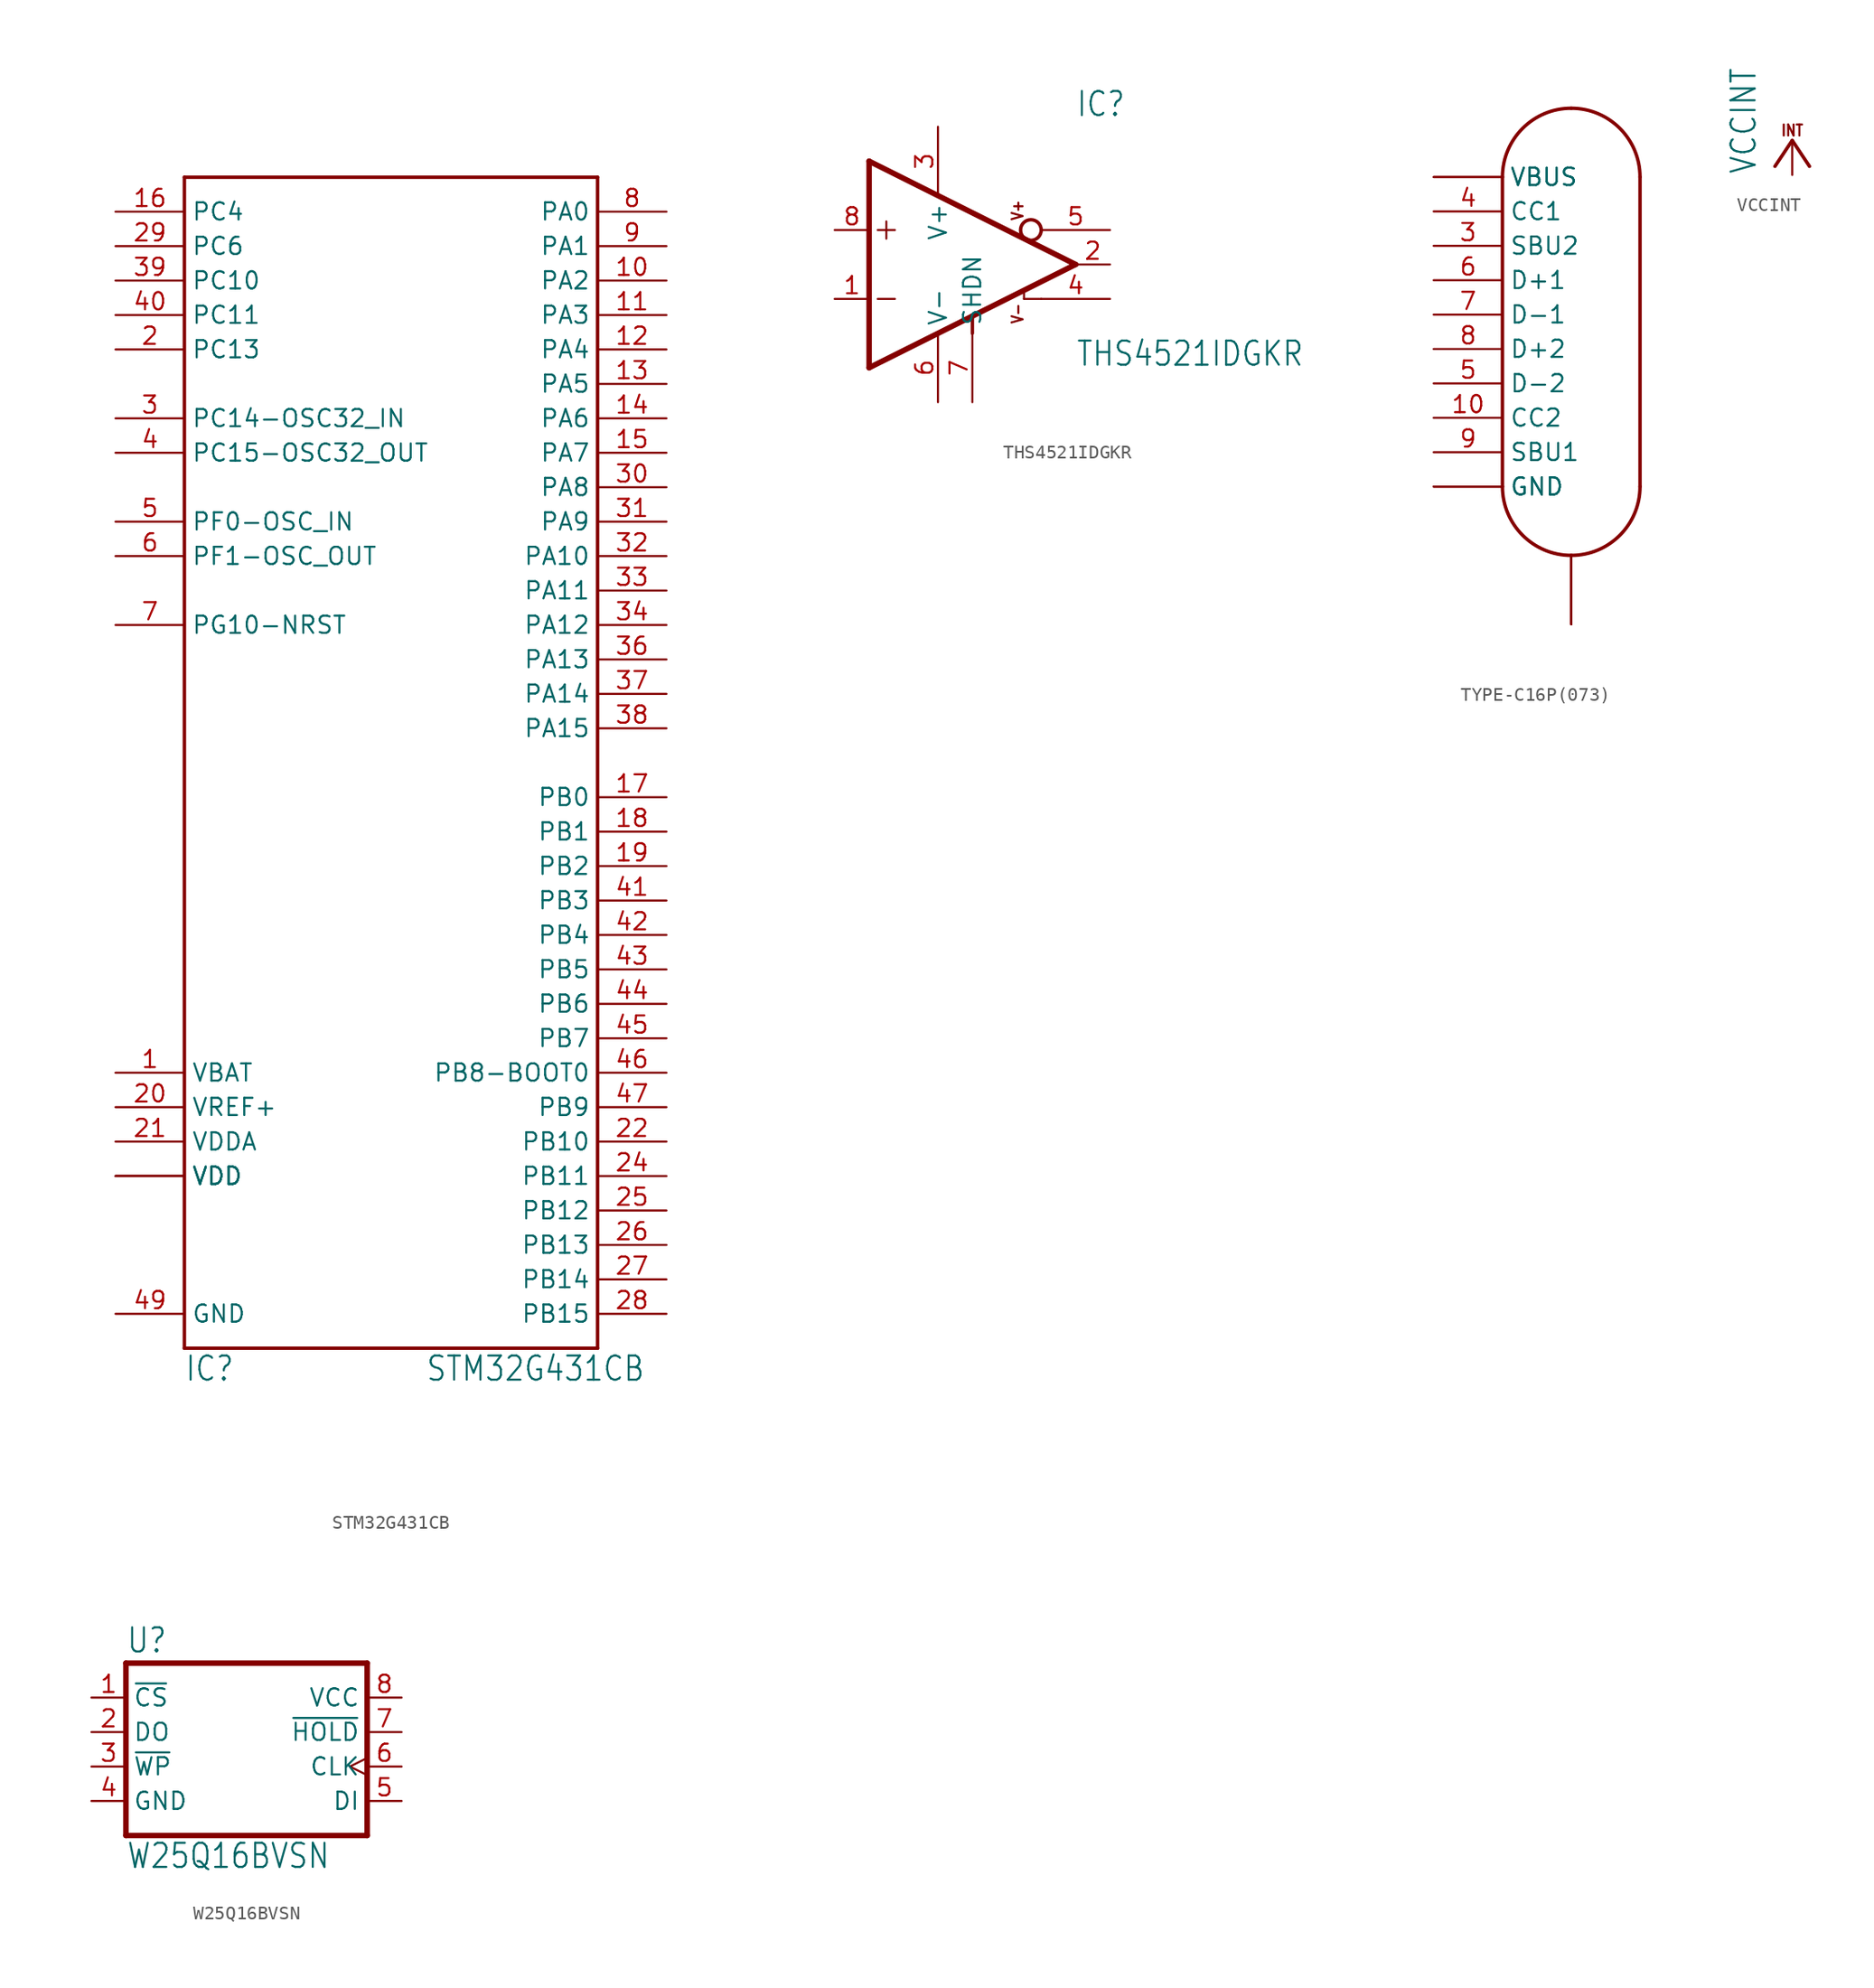
<source format=kicad_sym>
(kicad_symbol_lib
  (version 20201005)
  (generator kicad_symbol_editor)
  (symbol "STM32G431CB"
    (property "Reference" "IC"
      (at -15.24 -45.72 0)
      (effects (font (size 1.778 1.511)) (justify left bottom)))
    (property "Value" "STM32G431CB"
      (at 2.54 -45.72 0)
      (effects (font (size 1.778 1.511)) (justify left bottom)))
    (property "ki_locked" ""
      (at 0 0 0)
      (effects (font (size 1.27 1.27))))
    (symbol "STM32G431CB_1_0"
      (polyline (pts (xy -15.24 -43.18) (xy -15.24 43.18)) (stroke (width 0.254)) (fill (type none)))
      (polyline (pts (xy -15.24 43.18) (xy 15.24 43.18)) (stroke (width 0.254)) (fill (type none)))
      (polyline (pts (xy 15.24 -43.18) (xy -15.24 -43.18)) (stroke (width 0.254)) (fill (type none)))
      (polyline (pts (xy 15.24 43.18) (xy 15.24 -43.18)) (stroke (width 0.254)) (fill (type none)))
      (pin bidirectional line (at -20.32 -22.86 0) (length 5.08) (name "VBAT" (effects (font (size 1.27 1.27)))) (number "1" (effects (font (size 1.27 1.27)))))
      (pin bidirectional line (at 20.32 35.56 180) (length 5.08) (name "PA2" (effects (font (size 1.27 1.27)))) (number "10" (effects (font (size 1.27 1.27)))))
      (pin bidirectional line (at 20.32 33.02 180) (length 5.08) (name "PA3" (effects (font (size 1.27 1.27)))) (number "11" (effects (font (size 1.27 1.27)))))
      (pin bidirectional line (at 20.32 30.48 180) (length 5.08) (name "PA4" (effects (font (size 1.27 1.27)))) (number "12" (effects (font (size 1.27 1.27)))))
      (pin bidirectional line (at 20.32 27.94 180) (length 5.08) (name "PA5" (effects (font (size 1.27 1.27)))) (number "13" (effects (font (size 1.27 1.27)))))
      (pin bidirectional line (at 20.32 25.4 180) (length 5.08) (name "PA6" (effects (font (size 1.27 1.27)))) (number "14" (effects (font (size 1.27 1.27)))))
      (pin bidirectional line (at 20.32 22.86 180) (length 5.08) (name "PA7" (effects (font (size 1.27 1.27)))) (number "15" (effects (font (size 1.27 1.27)))))
      (pin bidirectional line (at -20.32 40.64 0) (length 5.08) (name "PC4" (effects (font (size 1.27 1.27)))) (number "16" (effects (font (size 1.27 1.27)))))
      (pin bidirectional line (at 20.32 -2.54 180) (length 5.08) (name "PB0" (effects (font (size 1.27 1.27)))) (number "17" (effects (font (size 1.27 1.27)))))
      (pin bidirectional line (at 20.32 -5.08 180) (length 5.08) (name "PB1" (effects (font (size 1.27 1.27)))) (number "18" (effects (font (size 1.27 1.27)))))
      (pin bidirectional line (at 20.32 -7.62 180) (length 5.08) (name "PB2" (effects (font (size 1.27 1.27)))) (number "19" (effects (font (size 1.27 1.27)))))
      (pin bidirectional line (at -20.32 30.48 0) (length 5.08) (name "PC13" (effects (font (size 1.27 1.27)))) (number "2" (effects (font (size 1.27 1.27)))))
      (pin bidirectional line (at -20.32 -25.4 0) (length 5.08) (name "VREF+" (effects (font (size 1.27 1.27)))) (number "20" (effects (font (size 1.27 1.27)))))
      (pin bidirectional line (at -20.32 -27.94 0) (length 5.08) (name "VDDA" (effects (font (size 1.27 1.27)))) (number "21" (effects (font (size 1.27 1.27)))))
      (pin bidirectional line (at 20.32 -27.94 180) (length 5.08) (name "PB10" (effects (font (size 1.27 1.27)))) (number "22" (effects (font (size 1.27 1.27)))))
      (pin bidirectional line (at -20.32 -30.48 0) (length 5.08) (name "VDD" (effects (font (size 1.27 1.27)))) (number "23" (effects (font (size 0 0)))))
      (pin bidirectional line (at 20.32 -30.48 180) (length 5.08) (name "PB11" (effects (font (size 1.27 1.27)))) (number "24" (effects (font (size 1.27 1.27)))))
      (pin bidirectional line (at 20.32 -33.02 180) (length 5.08) (name "PB12" (effects (font (size 1.27 1.27)))) (number "25" (effects (font (size 1.27 1.27)))))
      (pin bidirectional line (at 20.32 -35.56 180) (length 5.08) (name "PB13" (effects (font (size 1.27 1.27)))) (number "26" (effects (font (size 1.27 1.27)))))
      (pin bidirectional line (at 20.32 -38.1 180) (length 5.08) (name "PB14" (effects (font (size 1.27 1.27)))) (number "27" (effects (font (size 1.27 1.27)))))
      (pin bidirectional line (at 20.32 -40.64 180) (length 5.08) (name "PB15" (effects (font (size 1.27 1.27)))) (number "28" (effects (font (size 1.27 1.27)))))
      (pin bidirectional line (at -20.32 38.1 0) (length 5.08) (name "PC6" (effects (font (size 1.27 1.27)))) (number "29" (effects (font (size 1.27 1.27)))))
      (pin bidirectional line (at -20.32 25.4 0) (length 5.08) (name "PC14-OSC32_IN" (effects (font (size 1.27 1.27)))) (number "3" (effects (font (size 1.27 1.27)))))
      (pin bidirectional line (at 20.32 20.32 180) (length 5.08) (name "PA8" (effects (font (size 1.27 1.27)))) (number "30" (effects (font (size 1.27 1.27)))))
      (pin bidirectional line (at 20.32 17.78 180) (length 5.08) (name "PA9" (effects (font (size 1.27 1.27)))) (number "31" (effects (font (size 1.27 1.27)))))
      (pin bidirectional line (at 20.32 15.24 180) (length 5.08) (name "PA10" (effects (font (size 1.27 1.27)))) (number "32" (effects (font (size 1.27 1.27)))))
      (pin bidirectional line (at 20.32 12.7 180) (length 5.08) (name "PA11" (effects (font (size 1.27 1.27)))) (number "33" (effects (font (size 1.27 1.27)))))
      (pin bidirectional line (at 20.32 10.16 180) (length 5.08) (name "PA12" (effects (font (size 1.27 1.27)))) (number "34" (effects (font (size 1.27 1.27)))))
      (pin bidirectional line (at -20.32 -30.48 0) (length 5.08) (name "VDD" (effects (font (size 1.27 1.27)))) (number "35" (effects (font (size 0 0)))))
      (pin bidirectional line (at 20.32 7.62 180) (length 5.08) (name "PA13" (effects (font (size 1.27 1.27)))) (number "36" (effects (font (size 1.27 1.27)))))
      (pin bidirectional line (at 20.32 5.08 180) (length 5.08) (name "PA14" (effects (font (size 1.27 1.27)))) (number "37" (effects (font (size 1.27 1.27)))))
      (pin bidirectional line (at 20.32 2.54 180) (length 5.08) (name "PA15" (effects (font (size 1.27 1.27)))) (number "38" (effects (font (size 1.27 1.27)))))
      (pin bidirectional line (at -20.32 35.56 0) (length 5.08) (name "PC10" (effects (font (size 1.27 1.27)))) (number "39" (effects (font (size 1.27 1.27)))))
      (pin bidirectional line (at -20.32 22.86 0) (length 5.08) (name "PC15-OSC32_OUT" (effects (font (size 1.27 1.27)))) (number "4" (effects (font (size 1.27 1.27)))))
      (pin bidirectional line (at -20.32 33.02 0) (length 5.08) (name "PC11" (effects (font (size 1.27 1.27)))) (number "40" (effects (font (size 1.27 1.27)))))
      (pin bidirectional line (at 20.32 -10.16 180) (length 5.08) (name "PB3" (effects (font (size 1.27 1.27)))) (number "41" (effects (font (size 1.27 1.27)))))
      (pin bidirectional line (at 20.32 -12.7 180) (length 5.08) (name "PB4" (effects (font (size 1.27 1.27)))) (number "42" (effects (font (size 1.27 1.27)))))
      (pin bidirectional line (at 20.32 -15.24 180) (length 5.08) (name "PB5" (effects (font (size 1.27 1.27)))) (number "43" (effects (font (size 1.27 1.27)))))
      (pin bidirectional line (at 20.32 -17.78 180) (length 5.08) (name "PB6" (effects (font (size 1.27 1.27)))) (number "44" (effects (font (size 1.27 1.27)))))
      (pin bidirectional line (at 20.32 -20.32 180) (length 5.08) (name "PB7" (effects (font (size 1.27 1.27)))) (number "45" (effects (font (size 1.27 1.27)))))
      (pin bidirectional line (at 20.32 -22.86 180) (length 5.08) (name "PB8-BOOT0" (effects (font (size 1.27 1.27)))) (number "46" (effects (font (size 1.27 1.27)))))
      (pin bidirectional line (at 20.32 -25.4 180) (length 5.08) (name "PB9" (effects (font (size 1.27 1.27)))) (number "47" (effects (font (size 1.27 1.27)))))
      (pin bidirectional line (at -20.32 -30.48 0) (length 5.08) (name "VDD" (effects (font (size 1.27 1.27)))) (number "48" (effects (font (size 0 0)))))
      (pin bidirectional line (at -20.32 -40.64 0) (length 5.08) (name "GND" (effects (font (size 1.27 1.27)))) (number "49" (effects (font (size 1.27 1.27)))))
      (pin bidirectional line (at -20.32 17.78 0) (length 5.08) (name "PF0-OSC_IN" (effects (font (size 1.27 1.27)))) (number "5" (effects (font (size 1.27 1.27)))))
      (pin bidirectional line (at -20.32 15.24 0) (length 5.08) (name "PF1-OSC_OUT" (effects (font (size 1.27 1.27)))) (number "6" (effects (font (size 1.27 1.27)))))
      (pin bidirectional line (at -20.32 10.16 0) (length 5.08) (name "PG10-NRST" (effects (font (size 1.27 1.27)))) (number "7" (effects (font (size 1.27 1.27)))))
      (pin bidirectional line (at 20.32 40.64 180) (length 5.08) (name "PA0" (effects (font (size 1.27 1.27)))) (number "8" (effects (font (size 1.27 1.27)))))
      (pin bidirectional line (at 20.32 38.1 180) (length 5.08) (name "PA1" (effects (font (size 1.27 1.27)))) (number "9" (effects (font (size 1.27 1.27)))))))
  (symbol "THS4521IDGKR"
    (property "Reference" "IC"
      (at 5.08 10.795 0)
      (effects (font (size 1.778 1.511)) (justify left bottom)))
    (property "Value" "THS4521IDGKR"
      (at 5.08 -7.62 0)
      (effects (font (size 1.778 1.511)) (justify left bottom)))
    (property "ki_locked" ""
      (at 0 0 0)
      (effects (font (size 1.27 1.27))))
    (symbol "THS4521IDGKR_1_0"
      (circle (center 1.778 2.54) (radius 0.762) (stroke (width 0.254)) (fill (type none)))
      (text "V+" (at 1.27 3.175 900) (effects (font (size 0.813 0.691)) (justify left bottom)))
      (text "V-" (at 1.27 -4.445 900) (effects (font (size 0.813 0.691)) (justify left bottom)))
      (polyline (pts (xy -10.16 -7.62) (xy -2.54 -3.81)) (stroke (width 0.406)) (fill (type none)))
      (polyline (pts (xy -10.16 7.62) (xy -10.16 -7.62)) (stroke (width 0.406)) (fill (type none)))
      (polyline (pts (xy -9.525 -2.54) (xy -8.255 -2.54)) (stroke (width 0.152)) (fill (type none)))
      (polyline (pts (xy -9.525 2.54) (xy -8.255 2.54)) (stroke (width 0.152)) (fill (type none)))
      (polyline (pts (xy -8.89 3.175) (xy -8.89 1.905)) (stroke (width 0.152)) (fill (type none)))
      (polyline (pts (xy -2.54 -5.08) (xy -2.54 -3.81)) (stroke (width 0.254)) (fill (type none)))
      (polyline (pts (xy -2.54 -3.81) (xy 5.08 0)) (stroke (width 0.406)) (fill (type none)))
      (polyline (pts (xy 1.27 -2.54) (xy 1.27 -2.032)) (stroke (width 0.152)) (fill (type none)))
      (polyline (pts (xy 2.54 -2.54) (xy 1.27 -2.54)) (stroke (width 0.152)) (fill (type none)))
      (polyline (pts (xy 5.08 0) (xy -10.16 7.62)) (stroke (width 0.406)) (fill (type none)))
      (pin input line (at -12.7 -2.54 0) (length 2.54) (name "-IN" (effects (font (size 0 0)))) (number "1" (effects (font (size 1.27 1.27)))))
      (pin output line (at 7.62 0 180) (length 2.54) (name "VOCM" (effects (font (size 0 0)))) (number "2" (effects (font (size 1.27 1.27)))))
      (pin power_in line (at -5.08 10.16 270) (length 5.08) (name "V+" (effects (font (size 1.27 1.27)))) (number "3" (effects (font (size 1.27 1.27)))))
      (pin bidirectional line (at 7.62 -2.54 180) (length 5.08) (name "+OUT" (effects (font (size 0 0)))) (number "4" (effects (font (size 1.27 1.27)))))
      (pin bidirectional line (at 7.62 2.54 180) (length 5.08) (name "-OUT" (effects (font (size 0 0)))) (number "5" (effects (font (size 1.27 1.27)))))
      (pin power_in line (at -5.08 -10.16 90) (length 5.08) (name "V-" (effects (font (size 1.27 1.27)))) (number "6" (effects (font (size 1.27 1.27)))))
      (pin bidirectional line (at -2.54 -10.16 90) (length 5.08) (name "SHDN" (effects (font (size 1.27 1.27)))) (number "7" (effects (font (size 1.27 1.27)))))
      (pin input line (at -12.7 2.54 0) (length 2.54) (name "+IN" (effects (font (size 0 0)))) (number "8" (effects (font (size 1.27 1.27)))))))
  (symbol "TYPE-C16P(073)"
    (property "Reference" "J"
      (at 0 0 0)
      (effects (font (size 1.27 1.27)) hide))
    (property "ki_locked" ""
      (at 0 0 0)
      (effects (font (size 1.27 1.27))))
    (symbol "TYPE-C16P(073)_1_0"
      (arc (start 2.54 -7.62) (end 7.62 -12.7) (radius (at 7.62 -7.62) (length 5.08) (angles 180 -90)) (stroke (width 0.254)) (fill (type none)))
      (arc (start 7.62 -12.7) (end 12.7 -7.62) (radius (at 7.62 -7.62) (length 5.08) (angles -90 0)) (stroke (width 0.254)) (fill (type none)))
      (arc (start 12.7 15.24) (end 7.62 20.32) (radius (at 7.62 15.24) (length 5.08) (angles 0 90)) (stroke (width 0.254)) (fill (type none)))
      (arc (start 7.62 20.32) (end 2.54 15.24) (radius (at 7.62 15.24) (length 5.08) (angles 90 180)) (stroke (width 0.254)) (fill (type none)))
      (polyline (pts (xy 2.54 15.24) (xy 2.54 -7.62)) (stroke (width 0.254)) (fill (type none)))
      (polyline (pts (xy 12.7 -7.62) (xy 12.7 15.24)) (stroke (width 0.254)) (fill (type none)))
      (pin bidirectional line (at -2.54 -7.62 0) (length 5.08) (name "GND" (effects (font (size 1.27 1.27)))) (number "1" (effects (font (size 0 0)))))
      (pin bidirectional line (at -2.54 -2.54 0) (length 5.08) (name "CC2" (effects (font (size 1.27 1.27)))) (number "10" (effects (font (size 1.27 1.27)))))
      (pin bidirectional line (at -2.54 15.24 0) (length 5.08) (name "VBUS" (effects (font (size 1.27 1.27)))) (number "11" (effects (font (size 0 0)))))
      (pin bidirectional line (at -2.54 -7.62 0) (length 5.08) (name "GND" (effects (font (size 1.27 1.27)))) (number "12" (effects (font (size 0 0)))))
      (pin bidirectional line (at -2.54 15.24 0) (length 5.08) (name "VBUS" (effects (font (size 1.27 1.27)))) (number "2" (effects (font (size 0 0)))))
      (pin bidirectional line (at -2.54 10.16 0) (length 5.08) (name "SBU2" (effects (font (size 1.27 1.27)))) (number "3" (effects (font (size 1.27 1.27)))))
      (pin bidirectional line (at -2.54 12.7 0) (length 5.08) (name "CC1" (effects (font (size 1.27 1.27)))) (number "4" (effects (font (size 1.27 1.27)))))
      (pin bidirectional line (at -2.54 0 0) (length 5.08) (name "D-2" (effects (font (size 1.27 1.27)))) (number "5" (effects (font (size 1.27 1.27)))))
      (pin bidirectional line (at -2.54 7.62 0) (length 5.08) (name "D+1" (effects (font (size 1.27 1.27)))) (number "6" (effects (font (size 1.27 1.27)))))
      (pin bidirectional line (at -2.54 5.08 0) (length 5.08) (name "D-1" (effects (font (size 1.27 1.27)))) (number "7" (effects (font (size 1.27 1.27)))))
      (pin bidirectional line (at -2.54 2.54 0) (length 5.08) (name "D+2" (effects (font (size 1.27 1.27)))) (number "8" (effects (font (size 1.27 1.27)))))
      (pin bidirectional line (at -2.54 -5.08 0) (length 5.08) (name "SBU1" (effects (font (size 1.27 1.27)))) (number "9" (effects (font (size 1.27 1.27)))))
      (pin bidirectional line (at 7.62 -17.78 90) (length 5.08) (name "CASE" (effects (font (size 0 0)))) (number "M1" (effects (font (size 0 0)))))
      (pin bidirectional line (at 7.62 -17.78 90) (length 5.08) (name "CASE" (effects (font (size 0 0)))) (number "M2" (effects (font (size 0 0)))))
      (pin bidirectional line (at 7.62 -17.78 90) (length 5.08) (name "CASE" (effects (font (size 0 0)))) (number "M3" (effects (font (size 0 0)))))
      (pin bidirectional line (at 7.62 -17.78 90) (length 5.08) (name "CASE" (effects (font (size 0 0)))) (number "M4" (effects (font (size 0 0)))))))
  (symbol "VCCINT"
    (power)
    (property "Reference" "#VCC"
      (at 0 0 0)
      (effects (font (size 1.27 1.27)) hide))
    (property "Value" "VCCINT"
      (at -2.54 -2.54 90)
      (effects (font (size 1.778 1.511)) (justify left bottom)))
    (property "ki_locked" ""
      (at 0 0 0)
      (effects (font (size 1.27 1.27))))
    (symbol "VCCINT_1_0"
      (text "INT" (at -0.889 0.254 0) (effects (font (size 0.813 0.691)) (justify left bottom)))
      (polyline (pts (xy 0 0) (xy -1.27 -1.905)) (stroke (width 0.254)) (fill (type none)))
      (polyline (pts (xy 1.27 -1.905) (xy 0 0)) (stroke (width 0.254)) (fill (type none)))
      (pin power_in line (at 0 -2.54 90) (length 2.54) (name "VCCINT" (effects (font (size 0 0)))) (number "1" (effects (font (size 0 0)))))))
  (symbol "W25Q16BVSN"
    (property "Reference" "U"
      (at -10.16 5.715 0)
      (effects (font (size 1.778 1.511)) (justify left bottom)))
    (property "Value" "W25Q16BVSN"
      (at -10.16 -10.16 0)
      (effects (font (size 1.778 1.511)) (justify left bottom)))
    (property "ki_locked" ""
      (at 0 0 0)
      (effects (font (size 1.27 1.27))))
    (symbol "W25Q16BVSN_1_0"
      (polyline (pts (xy -10.16 -7.62) (xy -10.16 5.08)) (stroke (width 0.406)) (fill (type none)))
      (polyline (pts (xy -10.16 5.08) (xy 7.62 5.08)) (stroke (width 0.406)) (fill (type none)))
      (polyline (pts (xy 7.62 -7.62) (xy -10.16 -7.62)) (stroke (width 0.406)) (fill (type none)))
      (polyline (pts (xy 7.62 5.08) (xy 7.62 -7.62)) (stroke (width 0.406)) (fill (type none)))
      (pin input line (at -12.7 2.54 0) (length 2.54) (name "~CS~" (effects (font (size 1.27 1.27)))) (number "1" (effects (font (size 1.27 1.27)))))
      (pin output line (at -12.7 0 0) (length 2.54) (name "DO" (effects (font (size 1.27 1.27)))) (number "2" (effects (font (size 1.27 1.27)))))
      (pin input line (at -12.7 -2.54 0) (length 2.54) (name "~WP~" (effects (font (size 1.27 1.27)))) (number "3" (effects (font (size 1.27 1.27)))))
      (pin power_in line (at -12.7 -5.08 0) (length 2.54) (name "GND" (effects (font (size 1.27 1.27)))) (number "4" (effects (font (size 1.27 1.27)))))
      (pin input line (at 10.16 -5.08 180) (length 2.54) (name "DI" (effects (font (size 1.27 1.27)))) (number "5" (effects (font (size 1.27 1.27)))))
      (pin input clock (at 10.16 -2.54 180) (length 2.54) (name "CLK" (effects (font (size 1.27 1.27)))) (number "6" (effects (font (size 1.27 1.27)))))
      (pin input line (at 10.16 0 180) (length 2.54) (name "~HOLD~" (effects (font (size 1.27 1.27)))) (number "7" (effects (font (size 1.27 1.27)))))
      (pin power_in line (at 10.16 2.54 180) (length 2.54) (name "VCC" (effects (font (size 1.27 1.27)))) (number "8" (effects (font (size 1.27 1.27))))))))
</source>
